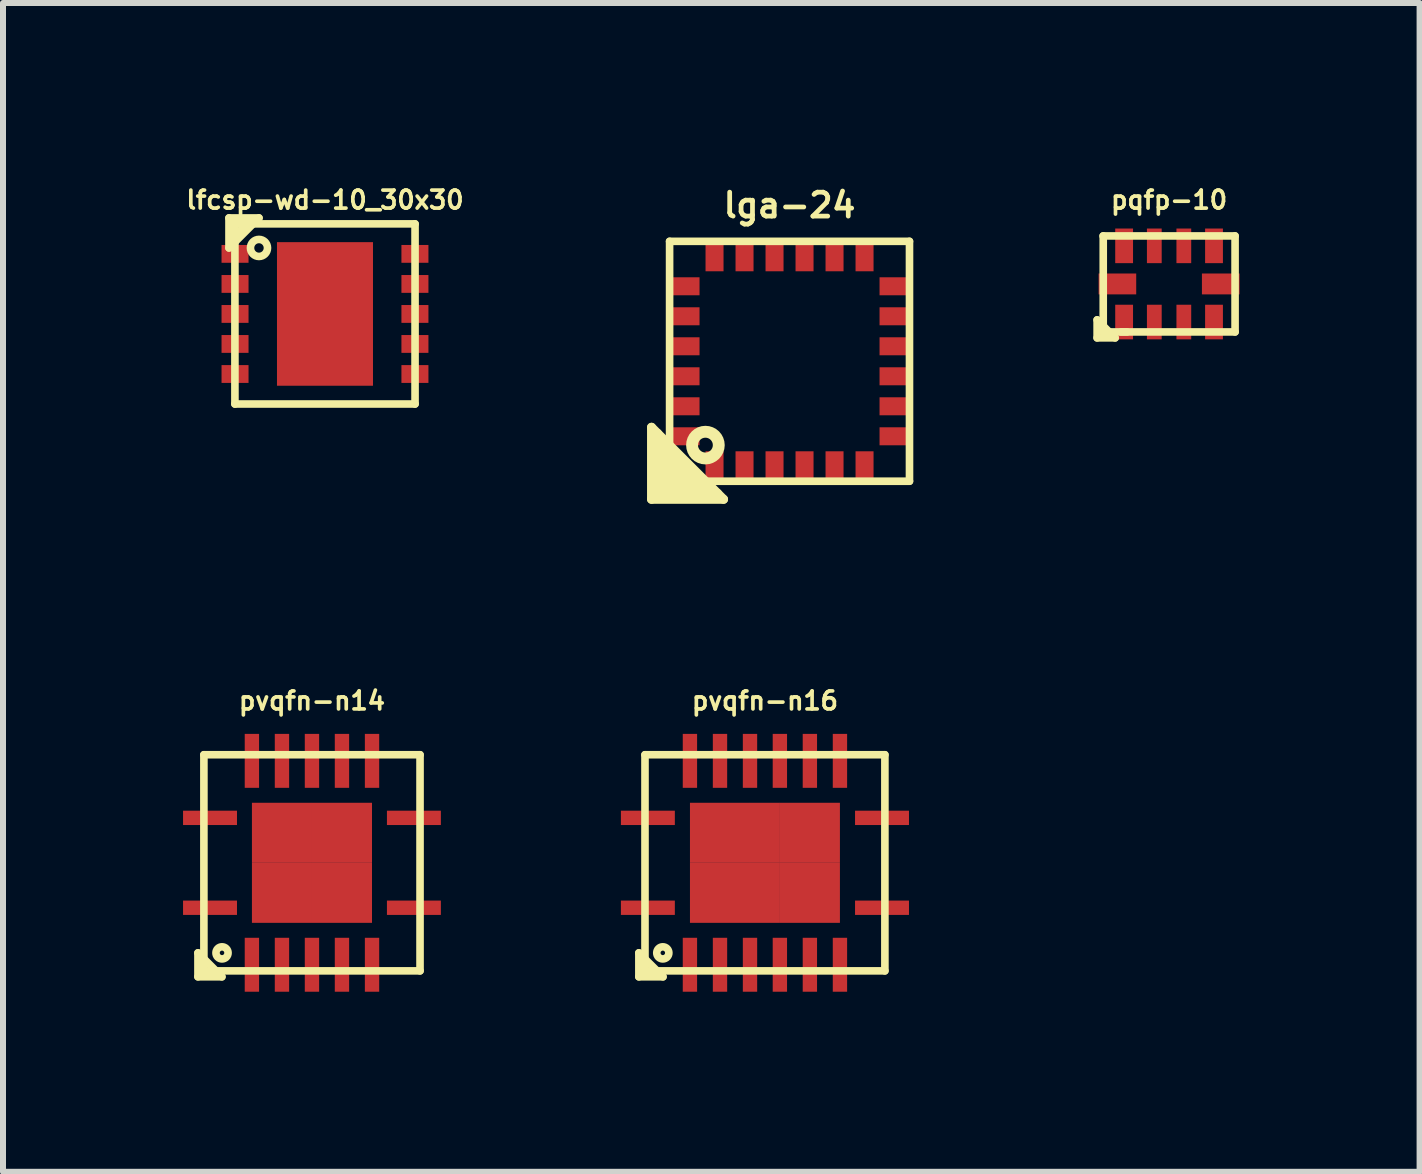
<source format=kicad_pcb>
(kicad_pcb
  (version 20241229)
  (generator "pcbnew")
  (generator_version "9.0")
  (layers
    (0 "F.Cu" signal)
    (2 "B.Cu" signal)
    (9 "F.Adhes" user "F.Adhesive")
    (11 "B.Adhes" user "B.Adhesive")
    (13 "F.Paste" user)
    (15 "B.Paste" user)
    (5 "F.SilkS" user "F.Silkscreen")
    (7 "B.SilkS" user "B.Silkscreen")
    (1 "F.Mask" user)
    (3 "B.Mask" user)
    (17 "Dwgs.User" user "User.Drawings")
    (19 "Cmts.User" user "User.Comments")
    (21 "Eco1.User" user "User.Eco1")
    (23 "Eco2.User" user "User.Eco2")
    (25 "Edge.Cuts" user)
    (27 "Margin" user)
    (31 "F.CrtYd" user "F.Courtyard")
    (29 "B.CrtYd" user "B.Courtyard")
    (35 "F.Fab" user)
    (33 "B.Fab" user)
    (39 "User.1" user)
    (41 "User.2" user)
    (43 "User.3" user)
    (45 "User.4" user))
  (footprint "lfcsp-wd-10_30x30"
    (layer "F.Cu")
    (at 2.366 2.182)
    (property "Reference" "lfcsp-wd-10_30x30" (at 0 -1.9 0) (layer "F.SilkS") (effects (font (size 0.3 0.3) (thickness 0.061))))
    (attr through_hole)
    (fp_line (start -1.6 -1.6) (end -1.6 -1.1) (stroke (width 0.127) (type solid)) (layer "F.SilkS"))
    (fp_line (start -1.6 -1.1) (end -1.1 -1.6) (stroke (width 0.127) (type solid)) (layer "F.SilkS"))
    (fp_line (start -1.501 -1.501) (end -1.501 1.501) (stroke (width 0.127) (type solid)) (layer "F.SilkS"))
    (fp_line (start -1.501 -1.3) (end -1.3 -1.501) (stroke (width 0.127) (type solid)) (layer "F.SilkS"))
    (fp_line (start -1.501 1.501) (end 1.501 1.501) (stroke (width 0.127) (type solid)) (layer "F.SilkS"))
    (fp_line (start -1.1 -1.6) (end -1.6 -1.6) (stroke (width 0.127) (type solid)) (layer "F.SilkS"))
    (fp_line (start 1.501 -1.501) (end -1.501 -1.501) (stroke (width 0.127) (type solid)) (layer "F.SilkS"))
    (fp_line (start 1.501 1.501) (end 1.501 -1.501) (stroke (width 0.127) (type solid)) (layer "F.SilkS"))
    (fp_circle (center -1.1 -1.1) (end -1.199 -0.998) (stroke (width 0.127) (type solid)) (fill no) (layer "F.SilkS"))
    (pad "1" smd rect (at -1.499 -1.001) (size 0.45 0.297) (layers "F.Cu" "F.Mask" "F.Paste"))
    (pad "2" smd rect (at -1.499 -0.5) (size 0.45 0.297) (layers "F.Cu" "F.Mask" "F.Paste"))
    (pad "3" smd rect (at -1.499 0) (size 0.45 0.297) (layers "F.Cu" "F.Mask" "F.Paste"))
    (pad "4" smd rect (at -1.499 0.5) (size 0.45 0.297) (layers "F.Cu" "F.Mask" "F.Paste"))
    (pad "5" smd rect (at -1.499 1.001) (size 0.45 0.297) (layers "F.Cu" "F.Mask" "F.Paste"))
    (pad "6" smd rect (at 1.499 1.001) (size 0.45 0.297) (layers "F.Cu" "F.Mask" "F.Paste"))
    (pad "7" smd rect (at 1.499 0.5) (size 0.45 0.297) (layers "F.Cu" "F.Mask" "F.Paste"))
    (pad "8" smd rect (at 1.499 0) (size 0.45 0.297) (layers "F.Cu" "F.Mask" "F.Paste"))
    (pad "9" smd rect (at 1.499 -0.5) (size 0.45 0.297) (layers "F.Cu" "F.Mask" "F.Paste"))
    (pad "10" smd rect (at 1.499 -1.001) (size 0.45 0.297) (layers "F.Cu" "F.Mask" "F.Paste"))
    (pad "11" smd rect (at 0 -0.597) (size 1.6 1.199) (layers "F.Cu" "F.Mask" "F.Paste"))
    (pad "11" smd rect (at 0 0.597) (size 1.6 1.199) (layers "F.Cu" "F.Mask" "F.Paste")))
  (footprint "pvqfn-n16"
    (layer "F.Cu")
    (at 9.698 11.329)
    (property "Reference" "pvqfn-n16" (at 0 -2.7 0) (layer "F.SilkS") (effects (font (size 0.3 0.3) (thickness 0.061))))
    (attr through_hole)
    (fp_line (start -2.101 1.501) (end -2.101 1.9) (stroke (width 0.127) (type solid)) (layer "F.SilkS"))
    (fp_line (start -2.101 1.9) (end -1.699 1.9) (stroke (width 0.127) (type solid)) (layer "F.SilkS"))
    (fp_line (start -1.999 -1.801) (end 1.999 -1.801) (stroke (width 0.127) (type solid)) (layer "F.SilkS"))
    (fp_line (start -1.999 1.801) (end -1.999 -1.801) (stroke (width 0.127) (type solid)) (layer "F.SilkS"))
    (fp_line (start -1.699 1.9) (end -2.101 1.501) (stroke (width 0.127) (type solid)) (layer "F.SilkS"))
    (fp_line (start 1.999 -1.801) (end 1.999 1.801) (stroke (width 0.127) (type solid)) (layer "F.SilkS"))
    (fp_line (start 1.999 1.801) (end -1.999 1.801) (stroke (width 0.127) (type solid)) (layer "F.SilkS"))
    (fp_circle (center -1.702 1.501) (end -1.803 1.501) (stroke (width 0.127) (type solid)) (fill no) (layer "F.SilkS"))
    (pad "1" smd rect (at -1.951 0.749) (size 0.899 0.239) (layers "F.Cu" "F.Mask" "F.Paste"))
    (pad "2" smd rect (at -1.25 1.699) (size 0.239 0.899) (layers "F.Cu" "F.Mask" "F.Paste"))
    (pad "3" smd rect (at -0.749 1.699) (size 0.239 0.899) (layers "F.Cu" "F.Mask" "F.Paste"))
    (pad "4" smd rect (at -0.249 1.699) (size 0.239 0.899) (layers "F.Cu" "F.Mask" "F.Paste"))
    (pad "5" smd rect (at 0.249 1.699) (size 0.239 0.899) (layers "F.Cu" "F.Mask" "F.Paste"))
    (pad "6" smd rect (at 0.749 1.699) (size 0.239 0.899) (layers "F.Cu" "F.Mask" "F.Paste"))
    (pad "7" smd rect (at 1.25 1.699) (size 0.239 0.899) (layers "F.Cu" "F.Mask" "F.Paste"))
    (pad "8" smd rect (at 1.951 0.749) (size 0.899 0.239) (layers "F.Cu" "F.Mask" "F.Paste"))
    (pad "9" smd rect (at 1.951 -0.749) (size 0.899 0.239) (layers "F.Cu" "F.Mask" "F.Paste"))
    (pad "10" smd rect (at 1.25 -1.699) (size 0.239 0.899) (layers "F.Cu" "F.Mask" "F.Paste"))
    (pad "11" smd rect (at 0.749 -1.699) (size 0.239 0.899) (layers "F.Cu" "F.Mask" "F.Paste"))
    (pad "12" smd rect (at 0.249 -1.699) (size 0.239 0.899) (layers "F.Cu" "F.Mask" "F.Paste"))
    (pad "13" smd rect (at -0.249 -1.699) (size 0.239 0.899) (layers "F.Cu" "F.Mask" "F.Paste"))
    (pad "14" smd rect (at -0.749 -1.699) (size 0.239 0.899) (layers "F.Cu" "F.Mask" "F.Paste"))
    (pad "15" smd rect (at -1.25 -1.699) (size 0.239 0.899) (layers "F.Cu" "F.Mask" "F.Paste"))
    (pad "16" smd rect (at -1.951 -0.749) (size 0.899 0.239) (layers "F.Cu" "F.Mask" "F.Paste"))
    (pad "17" smd rect (at -0.749 -0.5) (size 1.001 1.001) (layers "F.Cu" "F.Mask" "F.Paste"))
    (pad "17" smd rect (at -0.749 0.5) (size 1.001 1.001) (layers "F.Cu" "F.Mask" "F.Paste"))
    (pad "17" smd rect (at 0 -0.5) (size 0.5 1.001) (layers "F.Cu" "F.Mask" "F.Paste"))
    (pad "17" smd rect (at 0 0.5) (size 0.5 1.001) (layers "F.Cu" "F.Mask" "F.Paste"))
    (pad "17" smd rect (at 0.749 -0.5) (size 1.001 1.001) (layers "F.Cu" "F.Mask" "F.Paste"))
    (pad "17" smd rect (at 0.749 0.5) (size 1.001 1.001) (layers "F.Cu" "F.Mask" "F.Paste")))
  (footprint "pvqfn-n14"
    (layer "F.Cu")
    (at 2.149 11.329)
    (property "Reference" "pvqfn-n14" (at 0 -2.7 0) (layer "F.SilkS") (effects (font (size 0.3 0.3) (thickness 0.061))))
    (attr through_hole)
    (fp_line (start -1.9 1.501) (end -1.9 1.9) (stroke (width 0.127) (type solid)) (layer "F.SilkS"))
    (fp_line (start -1.9 1.9) (end -1.501 1.9) (stroke (width 0.127) (type solid)) (layer "F.SilkS"))
    (fp_line (start -1.801 -1.801) (end 1.801 -1.801) (stroke (width 0.127) (type solid)) (layer "F.SilkS"))
    (fp_line (start -1.801 1.801) (end -1.801 -1.801) (stroke (width 0.127) (type solid)) (layer "F.SilkS"))
    (fp_line (start -1.501 1.9) (end -1.9 1.501) (stroke (width 0.127) (type solid)) (layer "F.SilkS"))
    (fp_line (start 1.801 -1.801) (end 1.801 1.801) (stroke (width 0.127) (type solid)) (layer "F.SilkS"))
    (fp_line (start 1.801 1.801) (end -1.801 1.801) (stroke (width 0.127) (type solid)) (layer "F.SilkS"))
    (fp_circle (center -1.499 1.501) (end -1.6 1.501) (stroke (width 0.127) (type solid)) (fill no) (layer "F.SilkS"))
    (pad "1" smd rect (at -1.699 0.749) (size 0.899 0.239) (layers "F.Cu" "F.Mask" "F.Paste"))
    (pad "2" smd rect (at -1.001 1.699) (size 0.239 0.899) (layers "F.Cu" "F.Mask" "F.Paste"))
    (pad "3" smd rect (at -0.5 1.699) (size 0.239 0.899) (layers "F.Cu" "F.Mask" "F.Paste"))
    (pad "4" smd rect (at 0 1.699) (size 0.239 0.899) (layers "F.Cu" "F.Mask" "F.Paste"))
    (pad "5" smd rect (at 0.5 1.699) (size 0.239 0.899) (layers "F.Cu" "F.Mask" "F.Paste"))
    (pad "6" smd rect (at 1.001 1.699) (size 0.239 0.899) (layers "F.Cu" "F.Mask" "F.Paste"))
    (pad "7" smd rect (at 1.699 0.749) (size 0.899 0.239) (layers "F.Cu" "F.Mask" "F.Paste"))
    (pad "8" smd rect (at 1.699 -0.749) (size 0.899 0.239) (layers "F.Cu" "F.Mask" "F.Paste"))
    (pad "9" smd rect (at 1.001 -1.699) (size 0.239 0.899) (layers "F.Cu" "F.Mask" "F.Paste"))
    (pad "10" smd rect (at 0.5 -1.699) (size 0.239 0.899) (layers "F.Cu" "F.Mask" "F.Paste"))
    (pad "11" smd rect (at 0 -1.699) (size 0.239 0.899) (layers "F.Cu" "F.Mask" "F.Paste"))
    (pad "12" smd rect (at -0.5 -1.699) (size 0.239 0.899) (layers "F.Cu" "F.Mask" "F.Paste"))
    (pad "13" smd rect (at -1.001 -1.699) (size 0.239 0.899) (layers "F.Cu" "F.Mask" "F.Paste"))
    (pad "14" smd rect (at -1.699 -0.749) (size 0.899 0.239) (layers "F.Cu" "F.Mask" "F.Paste"))
    (pad "15" smd rect (at -0.5 -0.5) (size 1.001 1.001) (layers "F.Cu" "F.Mask" "F.Paste"))
    (pad "15" smd rect (at -0.5 0.5) (size 1.001 1.001) (layers "F.Cu" "F.Mask" "F.Paste"))
    (pad "15" smd rect (at 0.5 -0.5) (size 1.001 1.001) (layers "F.Cu" "F.Mask" "F.Paste"))
    (pad "15" smd rect (at 0.5 0.5) (size 1.001 1.001) (layers "F.Cu" "F.Mask" "F.Paste")))
  (footprint "lga-24"
    (layer "F.Cu")
    (at 10.108 2.971)
    (property "Reference" "lga-24" (at 0 -2.6 0) (layer "F.SilkS") (effects (font (size 0.399 0.399) (thickness 0.079))))
    (attr through_hole)
    (fp_line (start -2.3 1.1) (end -1.1 2.3) (stroke (width 0.15) (type solid)) (layer "F.SilkS"))
    (fp_line (start -2.3 2.3) (end -2.3 1.1) (stroke (width 0.15) (type solid)) (layer "F.SilkS"))
    (fp_line (start -2.2 1.2) (end -2.2 2.2) (stroke (width 0.15) (type solid)) (layer "F.SilkS"))
    (fp_line (start -2.2 2.2) (end -1.2 2.2) (stroke (width 0.15) (type solid)) (layer "F.SilkS"))
    (fp_line (start -2.101 1.3) (end -2.101 2.101) (stroke (width 0.127) (type solid)) (layer "F.SilkS"))
    (fp_line (start -2.101 2.101) (end -1.3 2.101) (stroke (width 0.127) (type solid)) (layer "F.SilkS"))
    (fp_line (start -1.999 -1.999) (end 1.999 -1.999) (stroke (width 0.127) (type solid)) (layer "F.SilkS"))
    (fp_line (start -1.999 1.4) (end -1.999 1.6) (stroke (width 0.127) (type solid)) (layer "F.SilkS"))
    (fp_line (start -1.999 1.501) (end -1.999 1.699) (stroke (width 0.127) (type solid)) (layer "F.SilkS"))
    (fp_line (start -1.999 1.501) (end -1.501 1.999) (stroke (width 0.127) (type solid)) (layer "F.SilkS"))
    (fp_line (start -1.999 1.6) (end -1.6 1.999) (stroke (width 0.127) (type solid)) (layer "F.SilkS"))
    (fp_line (start -1.999 1.699) (end -1.999 1.801) (stroke (width 0.127) (type solid)) (layer "F.SilkS"))
    (fp_line (start -1.999 1.801) (end -1.801 1.999) (stroke (width 0.127) (type solid)) (layer "F.SilkS"))
    (fp_line (start -1.999 1.999) (end -1.999 -1.999) (stroke (width 0.127) (type solid)) (layer "F.SilkS"))
    (fp_line (start -1.699 1.999) (end -1.999 1.699) (stroke (width 0.127) (type solid)) (layer "F.SilkS"))
    (fp_line (start -1.6 1.999) (end -1.699 1.999) (stroke (width 0.127) (type solid)) (layer "F.SilkS"))
    (fp_line (start -1.1 2.3) (end -2.3 2.3) (stroke (width 0.15) (type solid)) (layer "F.SilkS"))
    (fp_line (start 1.999 -1.999) (end 1.999 1.999) (stroke (width 0.127) (type solid)) (layer "F.SilkS"))
    (fp_line (start 1.999 1.999) (end -1.999 1.999) (stroke (width 0.127) (type solid)) (layer "F.SilkS"))
    (fp_circle (center -1.402 1.397) (end -1.204 1.499) (stroke (width 0.198) (type solid)) (fill no) (layer "F.SilkS"))
    (pad "1" smd rect (at -1.25 1.725) (size 0.3 0.45) (layers "F.Cu" "F.Mask" "F.Paste"))
    (pad "2" smd rect (at -0.75 1.725) (size 0.3 0.45) (layers "F.Cu" "F.Mask" "F.Paste"))
    (pad "3" smd rect (at -0.25 1.725) (size 0.3 0.45) (layers "F.Cu" "F.Mask" "F.Paste"))
    (pad "4" smd rect (at 0.25 1.725) (size 0.3 0.45) (layers "F.Cu" "F.Mask" "F.Paste"))
    (pad "5" smd rect (at 0.75 1.725) (size 0.3 0.45) (layers "F.Cu" "F.Mask" "F.Paste"))
    (pad "6" smd rect (at 1.25 1.725) (size 0.3 0.45) (layers "F.Cu" "F.Mask" "F.Paste"))
    (pad "7" smd rect (at 1.725 1.25) (size 0.45 0.3) (layers "F.Cu" "F.Mask" "F.Paste"))
    (pad "8" smd rect (at 1.725 0.75) (size 0.45 0.3) (layers "F.Cu" "F.Mask" "F.Paste"))
    (pad "9" smd rect (at 1.725 0.25) (size 0.45 0.3) (layers "F.Cu" "F.Mask" "F.Paste"))
    (pad "10" smd rect (at 1.725 -0.25) (size 0.45 0.3) (layers "F.Cu" "F.Mask" "F.Paste"))
    (pad "11" smd rect (at 1.725 -0.75) (size 0.45 0.3) (layers "F.Cu" "F.Mask" "F.Paste"))
    (pad "12" smd rect (at 1.725 -1.25) (size 0.45 0.3) (layers "F.Cu" "F.Mask" "F.Paste"))
    (pad "13" smd rect (at 1.25 -1.725) (size 0.3 0.45) (layers "F.Cu" "F.Mask" "F.Paste"))
    (pad "14" smd rect (at 0.75 -1.725) (size 0.3 0.45) (layers "F.Cu" "F.Mask" "F.Paste"))
    (pad "15" smd rect (at 0.25 -1.725) (size 0.3 0.45) (layers "F.Cu" "F.Mask" "F.Paste"))
    (pad "16" smd rect (at -0.25 -1.725) (size 0.3 0.45) (layers "F.Cu" "F.Mask" "F.Paste"))
    (pad "17" smd rect (at -0.75 -1.725) (size 0.3 0.45) (layers "F.Cu" "F.Mask" "F.Paste"))
    (pad "18" smd rect (at -1.25 -1.725) (size 0.3 0.45) (layers "F.Cu" "F.Mask" "F.Paste"))
    (pad "19" smd rect (at -1.725 -1.25) (size 0.45 0.3) (layers "F.Cu" "F.Mask" "F.Paste"))
    (pad "20" smd rect (at -1.725 -0.75) (size 0.45 0.3) (layers "F.Cu" "F.Mask" "F.Paste"))
    (pad "21" smd rect (at -1.725 -0.25) (size 0.45 0.3) (layers "F.Cu" "F.Mask" "F.Paste"))
    (pad "22" smd rect (at -1.725 0.25) (size 0.45 0.3) (layers "F.Cu" "F.Mask" "F.Paste"))
    (pad "23" smd rect (at -1.725 0.75) (size 0.45 0.3) (layers "F.Cu" "F.Mask" "F.Paste"))
    (pad "24" smd rect (at -1.725 1.25) (size 0.45 0.3) (layers "F.Cu" "F.Mask" "F.Paste")))
  (footprint "pqfp-10"
    (layer "F.Cu")
    (at 16.433 1.682)
    (property "Reference" "pqfp-10" (at 0 -1.4 0) (layer "F.SilkS") (effects (font (size 0.3 0.3) (thickness 0.061))))
    (attr through_hole)
    (fp_line (start -1.199 0.599) (end -1.199 0.899) (stroke (width 0.127) (type solid)) (layer "F.SilkS"))
    (fp_line (start -1.199 0.899) (end -0.899 0.899) (stroke (width 0.127) (type solid)) (layer "F.SilkS"))
    (fp_line (start -1.1 0.8) (end 1.1 0.8) (stroke (width 0.127) (type solid)) (layer "F.SilkS"))
    (fp_line (start -1.097 -0.8) (end -1.097 0.8) (stroke (width 0.127) (type solid)) (layer "F.SilkS"))
    (fp_line (start -0.899 0.899) (end -1.199 0.599) (stroke (width 0.127) (type solid)) (layer "F.SilkS"))
    (fp_line (start -0.8 0.8) (end -0.701 0.8) (stroke (width 0.127) (type solid)) (layer "F.SilkS"))
    (fp_line (start 1.1 -0.8) (end -1.1 -0.8) (stroke (width 0.127) (type solid)) (layer "F.SilkS"))
    (fp_line (start 1.1 0.8) (end 1.1 -0.8) (stroke (width 0.127) (type solid)) (layer "F.SilkS"))
    (pad "1" smd rect (at -0.749 0.635) (size 0.297 0.577) (layers "F.Cu" "F.Mask" "F.Paste"))
    (pad "2" smd rect (at -0.246 0.635) (size 0.246 0.577) (layers "F.Cu" "F.Mask" "F.Paste"))
    (pad "3" smd rect (at 0.246 0.635) (size 0.246 0.577) (layers "F.Cu" "F.Mask" "F.Paste"))
    (pad "4" smd rect (at 0.749 0.635) (size 0.297 0.577) (layers "F.Cu" "F.Mask" "F.Paste"))
    (pad "5" smd rect (at 0.861 0) (size 0.627 0.348) (layers "F.Cu" "F.Mask" "F.Paste"))
    (pad "6" smd rect (at 0.749 -0.635) (size 0.297 0.577) (layers "F.Cu" "F.Mask" "F.Paste"))
    (pad "7" smd rect (at 0.246 -0.635) (size 0.246 0.577) (layers "F.Cu" "F.Mask" "F.Paste"))
    (pad "8" smd rect (at -0.246 -0.635) (size 0.246 0.577) (layers "F.Cu" "F.Mask" "F.Paste"))
    (pad "9" smd rect (at -0.749 -0.635) (size 0.297 0.577) (layers "F.Cu" "F.Mask" "F.Paste"))
    (pad "10" smd rect (at -0.861 0) (size 0.627 0.348) (layers "F.Cu" "F.Mask" "F.Paste")))
  (gr_rect
    (start -3 -3)
    (end 20.608 16.478)
    (stroke (width 0.1) (type default))
    (fill no)
    (layer "Edge.Cuts")))
</source>
